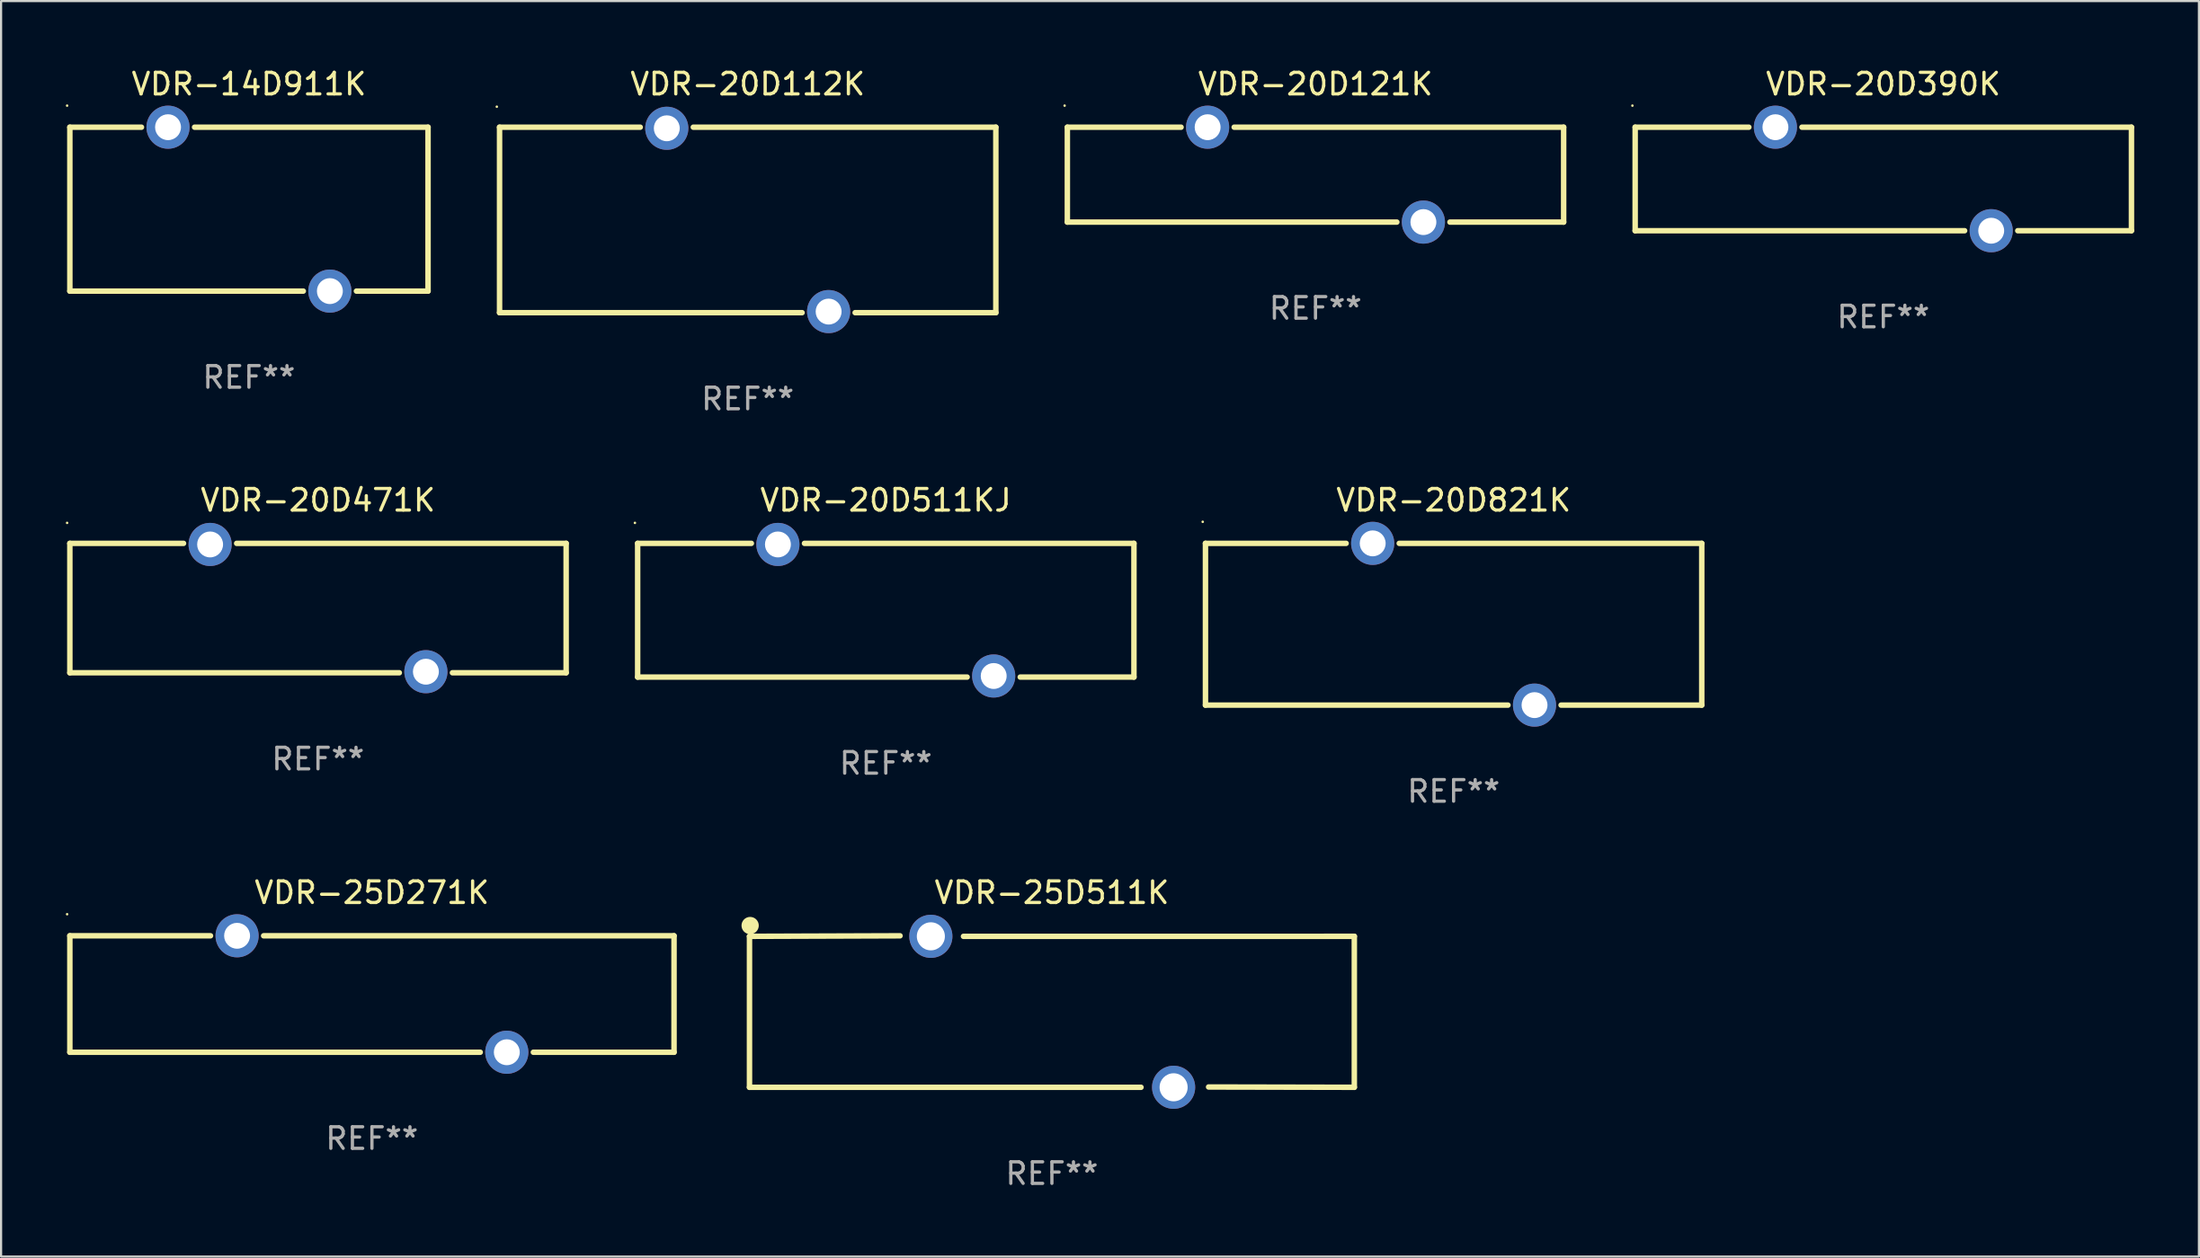
<source format=kicad_pcb>
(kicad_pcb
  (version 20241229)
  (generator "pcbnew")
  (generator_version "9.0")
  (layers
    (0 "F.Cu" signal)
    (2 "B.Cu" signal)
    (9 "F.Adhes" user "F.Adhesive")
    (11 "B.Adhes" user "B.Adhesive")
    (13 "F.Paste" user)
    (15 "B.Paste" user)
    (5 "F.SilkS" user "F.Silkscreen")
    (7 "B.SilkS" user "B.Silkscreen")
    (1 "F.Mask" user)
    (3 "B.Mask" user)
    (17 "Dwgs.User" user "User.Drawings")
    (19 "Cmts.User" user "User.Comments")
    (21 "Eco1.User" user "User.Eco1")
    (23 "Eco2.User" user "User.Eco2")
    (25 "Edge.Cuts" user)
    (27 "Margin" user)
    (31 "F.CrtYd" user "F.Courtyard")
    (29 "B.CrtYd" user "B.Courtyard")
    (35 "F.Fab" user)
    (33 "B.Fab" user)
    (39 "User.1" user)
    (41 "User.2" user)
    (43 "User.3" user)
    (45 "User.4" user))
  (footprint "VDR-20D511KJ"
    (layer "F.Cu")
    (at 38.001 25.245)
    (property "Reference" "VDR-20D511KJ" (at 0 -5.1 0) (layer "F.SilkS") (effects (font (size 1 1) (thickness 0.15))))
    (attr through_hole)
    (fp_line (start -11.5 -3.1) (end -11.5 3.1) (stroke (width 0.254) (type solid)) (layer "F.SilkS"))
    (fp_line (start -11.5 -3.1) (end -6.231 -3.1) (stroke (width 0.254) (type solid)) (layer "F.SilkS"))
    (fp_line (start -11.5 3.1) (end 3.769 3.1) (stroke (width 0.254) (type solid)) (layer "F.SilkS"))
    (fp_line (start -3.769 -3.1) (end 11.5 -3.1) (stroke (width 0.254) (type solid)) (layer "F.SilkS"))
    (fp_line (start 6.231 3.1) (end 11.5 3.1) (stroke (width 0.254) (type solid)) (layer "F.SilkS"))
    (fp_line (start 11.5 -3.1) (end 11.5 3.1) (stroke (width 0.254) (type solid)) (layer "F.SilkS"))
    (fp_circle (center -11.627 -4.05) (end -11.597 -4.05) (stroke (width 0.06) (type solid)) (fill no) (layer "F.SilkS"))
    (fp_text user "REF**" (at 0 7.1 0) (layer "F.Fab") (effects (font (size 1 1) (thickness 0.15))))
    (pad "1" thru_hole circle (at -5 -3.05) (size 2 2) (drill 1.2) (layers "*.Cu" "*.Mask"))
    (pad "2" thru_hole circle (at 5 3.05) (size 2 2) (drill 1.2) (layers "*.Cu" "*.Mask")))
  (footprint "VDR-20D471K"
    (layer "F.Cu")
    (at 11.687 25.145)
    (property "Reference" "VDR-20D471K" (at 0 -5 0) (layer "F.SilkS") (effects (font (size 1 1) (thickness 0.15))))
    (attr through_hole)
    (fp_line (start -11.5 -3) (end -11.5 3) (stroke (width 0.254) (type solid)) (layer "F.SilkS"))
    (fp_line (start -11.5 -3) (end -6.231 -3) (stroke (width 0.254) (type solid)) (layer "F.SilkS"))
    (fp_line (start -11.5 3) (end 3.769 3) (stroke (width 0.254) (type solid)) (layer "F.SilkS"))
    (fp_line (start -3.769 -3) (end 11.5 -3) (stroke (width 0.254) (type solid)) (layer "F.SilkS"))
    (fp_line (start 6.231 3) (end 11.5 3) (stroke (width 0.254) (type solid)) (layer "F.SilkS"))
    (fp_line (start 11.5 -3) (end 11.5 3) (stroke (width 0.254) (type solid)) (layer "F.SilkS"))
    (fp_circle (center -11.627 -3.95) (end -11.597 -3.95) (stroke (width 0.06) (type solid)) (fill no) (layer "F.SilkS"))
    (fp_text user "REF**" (at 0 7 0) (layer "F.Fab") (effects (font (size 1 1) (thickness 0.15))))
    (pad "1" thru_hole circle (at -5 -2.95) (size 2 2) (drill 1.2) (layers "*.Cu" "*.Mask"))
    (pad "2" thru_hole circle (at 5 2.95) (size 2 2) (drill 1.2) (layers "*.Cu" "*.Mask")))
  (footprint "VDR-20D112K"
    (layer "F.Cu")
    (at 31.601 7.148)
    (property "Reference" "VDR-20D112K" (at 0 -6.3 0) (layer "F.SilkS") (effects (font (size 1 1) (thickness 0.15))))
    (attr through_hole)
    (fp_line (start -11.5 -4.3) (end -11.5 4.3) (stroke (width 0.254) (type solid)) (layer "F.SilkS"))
    (fp_line (start -11.5 -4.3) (end -4.98 -4.3) (stroke (width 0.254) (type solid)) (layer "F.SilkS"))
    (fp_line (start -11.5 4.3) (end 2.52 4.3) (stroke (width 0.254) (type solid)) (layer "F.SilkS"))
    (fp_line (start -2.52 -4.3) (end 11.5 -4.3) (stroke (width 0.254) (type solid)) (layer "F.SilkS"))
    (fp_line (start 4.98 4.3) (end 11.5 4.3) (stroke (width 0.254) (type solid)) (layer "F.SilkS"))
    (fp_line (start 11.5 -4.3) (end 11.5 4.3) (stroke (width 0.254) (type solid)) (layer "F.SilkS"))
    (fp_circle (center -11.627 -5.25) (end -11.597 -5.25) (stroke (width 0.06) (type solid)) (fill no) (layer "F.SilkS"))
    (fp_text user "REF**" (at 0 8.3 0) (layer "F.Fab") (effects (font (size 1 1) (thickness 0.15))))
    (pad "1" thru_hole circle (at -3.75 -4.25) (size 2 2) (drill 1.2) (layers "*.Cu" "*.Mask"))
    (pad "2" thru_hole circle (at 3.75 4.25) (size 2 2) (drill 1.2) (layers "*.Cu" "*.Mask")))
  (footprint "VDR-20D390K"
    (layer "F.Cu")
    (at 84.229 5.248)
    (property "Reference" "VDR-20D390K" (at 0 -4.4 0) (layer "F.SilkS") (effects (font (size 1 1) (thickness 0.15))))
    (attr through_hole)
    (fp_line (start -11.5 -2.4) (end -11.5 2.4) (stroke (width 0.254) (type solid)) (layer "F.SilkS"))
    (fp_line (start -11.5 -2.4) (end -6.231 -2.4) (stroke (width 0.254) (type solid)) (layer "F.SilkS"))
    (fp_line (start -11.5 2.4) (end 3.769 2.4) (stroke (width 0.254) (type solid)) (layer "F.SilkS"))
    (fp_line (start -3.769 -2.4) (end 11.5 -2.4) (stroke (width 0.254) (type solid)) (layer "F.SilkS"))
    (fp_line (start 6.231 2.4) (end 11.5 2.4) (stroke (width 0.254) (type solid)) (layer "F.SilkS"))
    (fp_line (start 11.5 -2.4) (end 11.5 2.4) (stroke (width 0.254) (type solid)) (layer "F.SilkS"))
    (fp_circle (center -11.627 -3.4) (end -11.597 -3.4) (stroke (width 0.06) (type solid)) (fill no) (layer "F.SilkS"))
    (fp_text user "REF**" (at 0 6.4 0) (layer "F.Fab") (effects (font (size 1 1) (thickness 0.15))))
    (pad "1" thru_hole circle (at -5 -2.4) (size 2 2) (drill 1.2) (layers "*.Cu" "*.Mask"))
    (pad "2" thru_hole circle (at 5 2.4) (size 2 2) (drill 1.2) (layers "*.Cu" "*.Mask")))
  (footprint "VDR-20D821K"
    (layer "F.Cu")
    (at 64.315 25.895)
    (property "Reference" "VDR-20D821K" (at 0 -5.75 0) (layer "F.SilkS") (effects (font (size 1 1) (thickness 0.15))))
    (attr through_hole)
    (fp_line (start -11.5 -3.75) (end -11.5 3.75) (stroke (width 0.254) (type solid)) (layer "F.SilkS"))
    (fp_line (start -11.5 -3.75) (end -4.981 -3.75) (stroke (width 0.254) (type solid)) (layer "F.SilkS"))
    (fp_line (start -11.5 3.75) (end 2.519 3.75) (stroke (width 0.254) (type solid)) (layer "F.SilkS"))
    (fp_line (start -2.519 -3.75) (end 11.5 -3.75) (stroke (width 0.254) (type solid)) (layer "F.SilkS"))
    (fp_line (start 4.981 3.75) (end 11.5 3.75) (stroke (width 0.254) (type solid)) (layer "F.SilkS"))
    (fp_line (start 11.5 -3.75) (end 11.5 3.75) (stroke (width 0.254) (type solid)) (layer "F.SilkS"))
    (fp_circle (center -11.627 -4.75) (end -11.597 -4.75) (stroke (width 0.06) (type solid)) (fill no) (layer "F.SilkS"))
    (fp_text user "REF**" (at 0 7.75 0) (layer "F.Fab") (effects (font (size 1 1) (thickness 0.15))))
    (pad "1" thru_hole circle (at -3.75 -3.75) (size 2 2) (drill 1.2) (layers "*.Cu" "*.Mask"))
    (pad "2" thru_hole circle (at 3.75 3.75) (size 2 2) (drill 1.2) (layers "*.Cu" "*.Mask")))
  (footprint "VDR-14D911K"
    (layer "F.Cu")
    (at 8.487 6.648)
    (property "Reference" "VDR-14D911K" (at 0 -5.8 0) (layer "F.SilkS") (effects (font (size 1 1) (thickness 0.15))))
    (attr through_hole)
    (fp_line (start -8.3 -3.8) (end -8.3 3.8) (stroke (width 0.254) (type solid)) (layer "F.SilkS"))
    (fp_line (start -8.3 -3.8) (end -4.981 -3.8) (stroke (width 0.254) (type solid)) (layer "F.SilkS"))
    (fp_line (start -8.3 3.8) (end 2.519 3.8) (stroke (width 0.254) (type solid)) (layer "F.SilkS"))
    (fp_line (start -2.519 -3.8) (end 8.3 -3.8) (stroke (width 0.254) (type solid)) (layer "F.SilkS"))
    (fp_line (start 4.981 3.8) (end 8.3 3.8) (stroke (width 0.254) (type solid)) (layer "F.SilkS"))
    (fp_line (start 8.3 -3.8) (end 8.3 3.8) (stroke (width 0.254) (type solid)) (layer "F.SilkS"))
    (fp_circle (center -8.427 -4.8) (end -8.397 -4.8) (stroke (width 0.06) (type solid)) (fill no) (layer "F.SilkS"))
    (fp_text user "REF**" (at 0 7.8 0) (layer "F.Fab") (effects (font (size 1 1) (thickness 0.15))))
    (pad "1" thru_hole circle (at -3.75 -3.8) (size 2 2) (drill 1.2) (layers "*.Cu" "*.Mask"))
    (pad "2" thru_hole circle (at 3.75 3.8) (size 2 2) (drill 1.2) (layers "*.Cu" "*.Mask")))
  (footprint "VDR-25D271K"
    (layer "F.Cu")
    (at 14.187 43.041)
    (property "Reference" "VDR-25D271K" (at 0 -4.7 0) (layer "F.SilkS") (effects (font (size 1 1) (thickness 0.15))))
    (attr through_hole)
    (fp_line (start -14 -2.7) (end -14 2.7) (stroke (width 0.254) (type solid)) (layer "F.SilkS"))
    (fp_line (start -14 -2.7) (end -7.481 -2.7) (stroke (width 0.254) (type solid)) (layer "F.SilkS"))
    (fp_line (start -14 2.7) (end 5.019 2.7) (stroke (width 0.254) (type solid)) (layer "F.SilkS"))
    (fp_line (start -5.019 -2.7) (end 14 -2.7) (stroke (width 0.254) (type solid)) (layer "F.SilkS"))
    (fp_line (start 7.481 2.7) (end 14 2.7) (stroke (width 0.254) (type solid)) (layer "F.SilkS"))
    (fp_line (start 14 -2.7) (end 14 2.7) (stroke (width 0.254) (type solid)) (layer "F.SilkS"))
    (fp_circle (center -14.127 -3.7) (end -14.097 -3.7) (stroke (width 0.06) (type solid)) (fill no) (layer "F.SilkS"))
    (fp_text user "REF**" (at 0 6.7 0) (layer "F.Fab") (effects (font (size 1 1) (thickness 0.15))))
    (pad "1" thru_hole circle (at -6.25 -2.7) (size 2 2) (drill 1.2) (layers "*.Cu" "*.Mask"))
    (pad "2" thru_hole circle (at 6.25 2.7) (size 2 2) (drill 1.2) (layers "*.Cu" "*.Mask")))
  (footprint "VDR-20D121K"
    (layer "F.Cu")
    (at 57.915 5.048)
    (property "Reference" "VDR-20D121K" (at 0 -4.2 0) (layer "F.SilkS") (effects (font (size 1 1) (thickness 0.15))))
    (attr through_hole)
    (fp_line (start -11.5 -2.2) (end -11.5 2.2) (stroke (width 0.254) (type solid)) (layer "F.SilkS"))
    (fp_line (start -11.5 -2.2) (end -6.231 -2.2) (stroke (width 0.254) (type solid)) (layer "F.SilkS"))
    (fp_line (start -11.5 2.2) (end 3.769 2.2) (stroke (width 0.254) (type solid)) (layer "F.SilkS"))
    (fp_line (start -3.769 -2.2) (end 11.5 -2.2) (stroke (width 0.254) (type solid)) (layer "F.SilkS"))
    (fp_line (start 6.231 2.2) (end 11.5 2.2) (stroke (width 0.254) (type solid)) (layer "F.SilkS"))
    (fp_line (start 11.5 -2.2) (end 11.5 2.2) (stroke (width 0.254) (type solid)) (layer "F.SilkS"))
    (fp_circle (center -11.627 -3.2) (end -11.597 -3.2) (stroke (width 0.06) (type solid)) (fill no) (layer "F.SilkS"))
    (fp_text user "REF**" (at 0 6.2 0) (layer "F.Fab") (effects (font (size 1 1) (thickness 0.15))))
    (pad "1" thru_hole circle (at -5 -2.2) (size 2 2) (drill 1.2) (layers "*.Cu" "*.Mask"))
    (pad "2" thru_hole circle (at 5 2.2) (size 2 2) (drill 1.2) (layers "*.Cu" "*.Mask")))
  (footprint "VDR-25D511K"
    (layer "F.Cu")
    (at 45.699 43.854)
    (property "Reference" "VDR-25D511K" (at 0 -5.512 0) (layer "F.SilkS") (effects (font (size 1 1) (thickness 0.15))))
    (attr through_hole)
    (fp_line (start -14.015 -3.488) (end -7.038 -3.512) (stroke (width 0.254) (type solid)) (layer "F.SilkS"))
    (fp_line (start -14.015 3.512) (end -14.015 -3.488) (stroke (width 0.254) (type solid)) (layer "F.SilkS"))
    (fp_line (start -14.015 3.512) (end 4.129 3.512) (stroke (width 0.254) (type solid)) (layer "F.SilkS"))
    (fp_line (start -4.097 -3.487) (end 14.015 -3.488) (stroke (width 0.254) (type solid)) (layer "F.SilkS"))
    (fp_line (start 7.262 3.498) (end 14.015 3.512) (stroke (width 0.254) (type solid)) (layer "F.SilkS"))
    (fp_line (start 14.015 -3.488) (end 14.015 3.512) (stroke (width 0.254) (type solid)) (layer "F.SilkS"))
    (fp_circle (center -13.985 -3.988) (end -13.785 -3.988) (stroke (width 0.4) (type solid)) (fill no) (layer "F.SilkS"))
    (fp_text user "REF**" (at 0 7.512 0) (layer "F.Fab") (effects (font (size 1 1) (thickness 0.15))))
    (pad "1" thru_hole circle (at -5.61 -3.488) (size 2 2) (drill 1.3) (layers "*.Cu" "*.Mask"))
    (pad "2" thru_hole circle (at 5.64 3.512) (size 2 2) (drill 1.3) (layers "*.Cu" "*.Mask")))
  (gr_rect
    (start -3 -3)
    (end 98.856 55.214)
    (stroke (width 0.1) (type default))
    (fill no)
    (layer "Edge.Cuts")))
</source>
